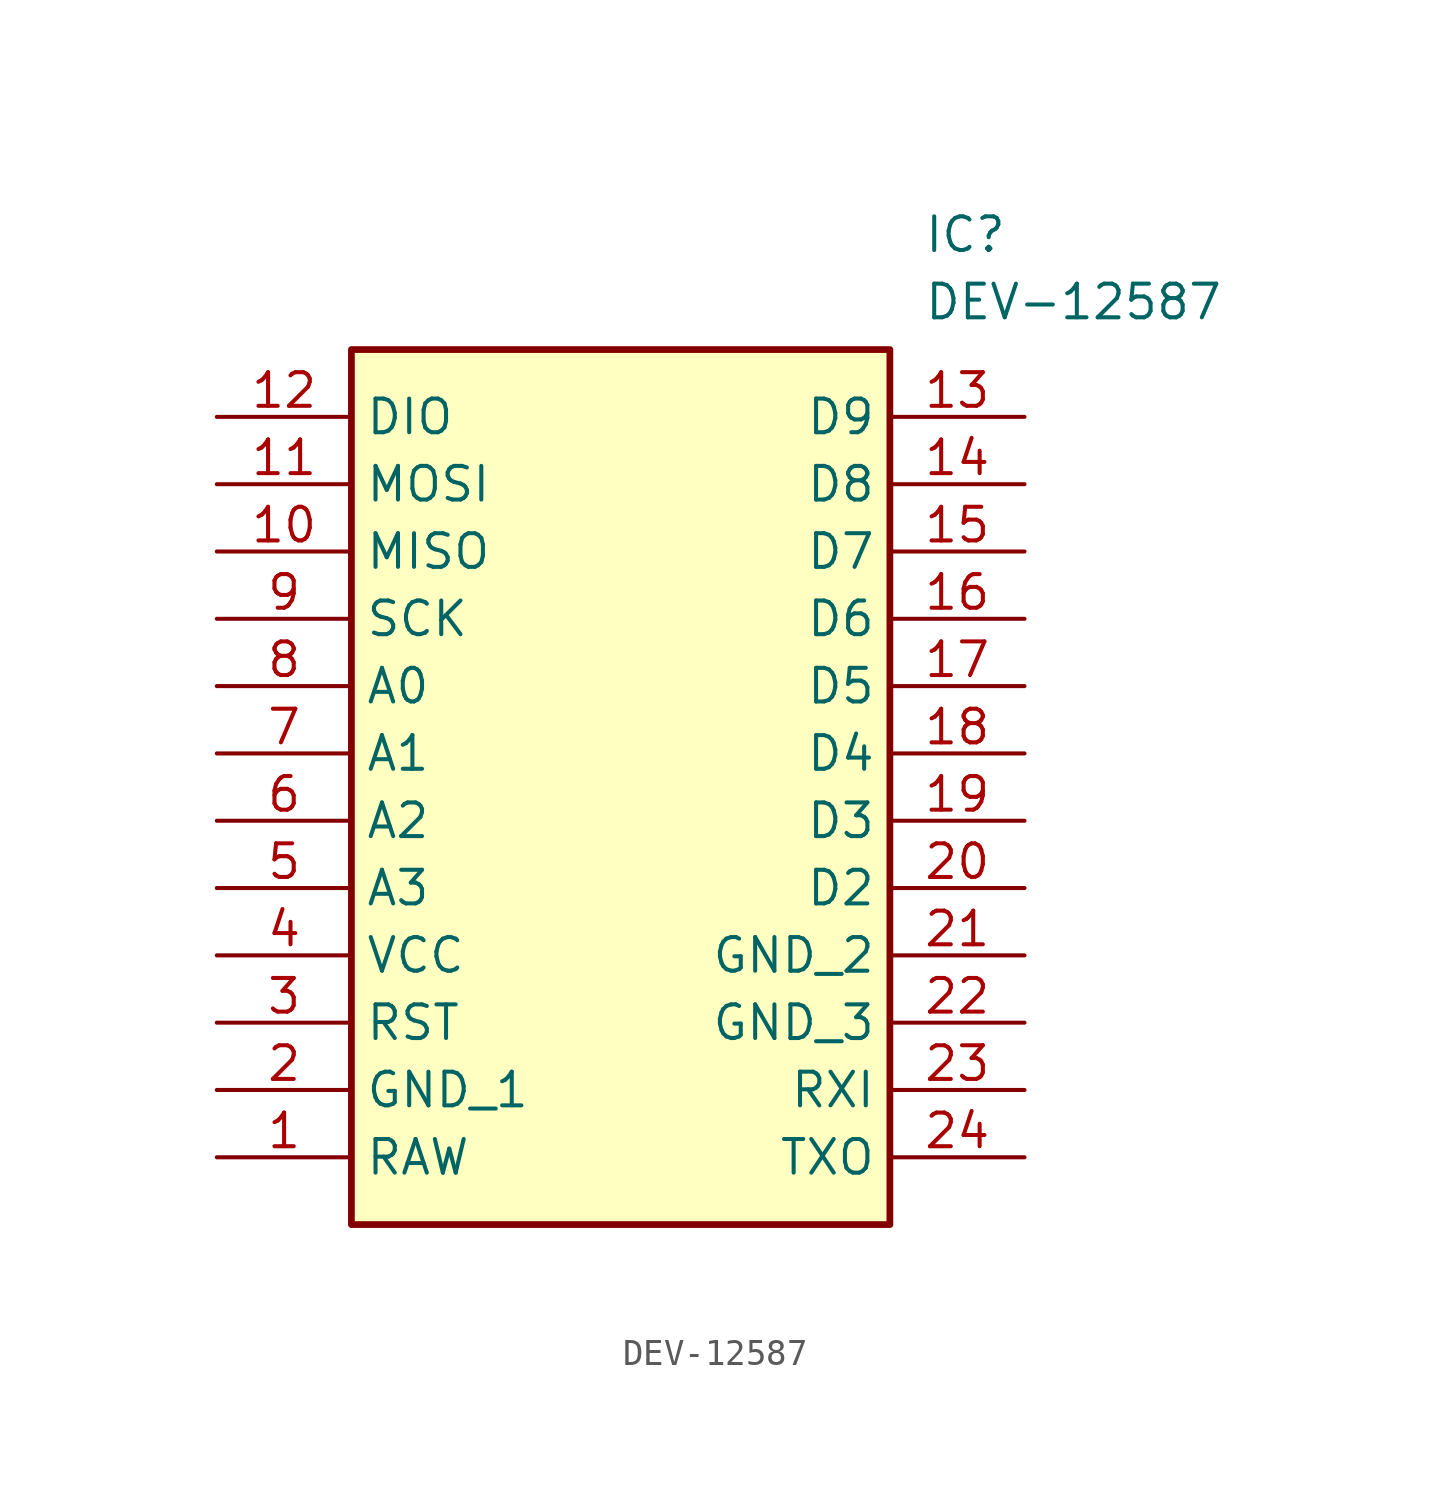
<source format=kicad_sym>
(kicad_symbol_lib
  (version 20211014)
  (generator SamacSys_ECAD_Model)
  (symbol "DEV-12587"
    (property "Reference" "IC"
      (at 26.67 7.62 0)
      (effects (font (size 1.27 1.27)) (justify left top)))
    (property "Value" "DEV-12587"
      (at 26.67 5.08 0)
      (effects (font (size 1.27 1.27)) (justify left top)))
    (rectangle
      (start 5.08 2.54)
      (end 25.4 -30.48)
      (stroke (width 0.254) (type default))
      (fill (type background)))
    (pin passive line
      (at 0 -27.94 0)
      (length 5.08)
      (name "RAW" (effects (font (size 1.27 1.27))))
      (number "1" (effects (font (size 1.27 1.27)))))
    (pin passive line
      (at 0 -25.4 0)
      (length 5.08)
      (name "GND_1" (effects (font (size 1.27 1.27))))
      (number "2" (effects (font (size 1.27 1.27)))))
    (pin passive line
      (at 0 -22.86 0)
      (length 5.08)
      (name "RST" (effects (font (size 1.27 1.27))))
      (number "3" (effects (font (size 1.27 1.27)))))
    (pin passive line
      (at 0 -20.32 0)
      (length 5.08)
      (name "VCC" (effects (font (size 1.27 1.27))))
      (number "4" (effects (font (size 1.27 1.27)))))
    (pin passive line
      (at 0 -17.78 0)
      (length 5.08)
      (name "A3" (effects (font (size 1.27 1.27))))
      (number "5" (effects (font (size 1.27 1.27)))))
    (pin passive line
      (at 0 -15.24 0)
      (length 5.08)
      (name "A2" (effects (font (size 1.27 1.27))))
      (number "6" (effects (font (size 1.27 1.27)))))
    (pin passive line
      (at 0 -12.7 0)
      (length 5.08)
      (name "A1" (effects (font (size 1.27 1.27))))
      (number "7" (effects (font (size 1.27 1.27)))))
    (pin passive line
      (at 0 -10.16 0)
      (length 5.08)
      (name "A0" (effects (font (size 1.27 1.27))))
      (number "8" (effects (font (size 1.27 1.27)))))
    (pin passive line
      (at 0 -7.62 0)
      (length 5.08)
      (name "SCK" (effects (font (size 1.27 1.27))))
      (number "9" (effects (font (size 1.27 1.27)))))
    (pin passive line
      (at 0 -5.08 0)
      (length 5.08)
      (name "MISO" (effects (font (size 1.27 1.27))))
      (number "10" (effects (font (size 1.27 1.27)))))
    (pin passive line
      (at 0 -2.54 0)
      (length 5.08)
      (name "MOSI" (effects (font (size 1.27 1.27))))
      (number "11" (effects (font (size 1.27 1.27)))))
    (pin passive line
      (at 0 0 0)
      (length 5.08)
      (name "DIO" (effects (font (size 1.27 1.27))))
      (number "12" (effects (font (size 1.27 1.27)))))
    (pin passive line
      (at 30.48 0 180)
      (length 5.08)
      (name "D9" (effects (font (size 1.27 1.27))))
      (number "13" (effects (font (size 1.27 1.27)))))
    (pin passive line
      (at 30.48 -2.54 180)
      (length 5.08)
      (name "D8" (effects (font (size 1.27 1.27))))
      (number "14" (effects (font (size 1.27 1.27)))))
    (pin passive line
      (at 30.48 -5.08 180)
      (length 5.08)
      (name "D7" (effects (font (size 1.27 1.27))))
      (number "15" (effects (font (size 1.27 1.27)))))
    (pin passive line
      (at 30.48 -7.62 180)
      (length 5.08)
      (name "D6" (effects (font (size 1.27 1.27))))
      (number "16" (effects (font (size 1.27 1.27)))))
    (pin passive line
      (at 30.48 -10.16 180)
      (length 5.08)
      (name "D5" (effects (font (size 1.27 1.27))))
      (number "17" (effects (font (size 1.27 1.27)))))
    (pin passive line
      (at 30.48 -12.7 180)
      (length 5.08)
      (name "D4" (effects (font (size 1.27 1.27))))
      (number "18" (effects (font (size 1.27 1.27)))))
    (pin passive line
      (at 30.48 -15.24 180)
      (length 5.08)
      (name "D3" (effects (font (size 1.27 1.27))))
      (number "19" (effects (font (size 1.27 1.27)))))
    (pin passive line
      (at 30.48 -17.78 180)
      (length 5.08)
      (name "D2" (effects (font (size 1.27 1.27))))
      (number "20" (effects (font (size 1.27 1.27)))))
    (pin passive line
      (at 30.48 -20.32 180)
      (length 5.08)
      (name "GND_2" (effects (font (size 1.27 1.27))))
      (number "21" (effects (font (size 1.27 1.27)))))
    (pin passive line
      (at 30.48 -22.86 180)
      (length 5.08)
      (name "GND_3" (effects (font (size 1.27 1.27))))
      (number "22" (effects (font (size 1.27 1.27)))))
    (pin passive line
      (at 30.48 -25.4 180)
      (length 5.08)
      (name "RXI" (effects (font (size 1.27 1.27))))
      (number "23" (effects (font (size 1.27 1.27)))))
    (pin passive line
      (at 30.48 -27.94 180)
      (length 5.08)
      (name "TXO" (effects (font (size 1.27 1.27))))
      (number "24" (effects (font (size 1.27 1.27)))))))
</source>
